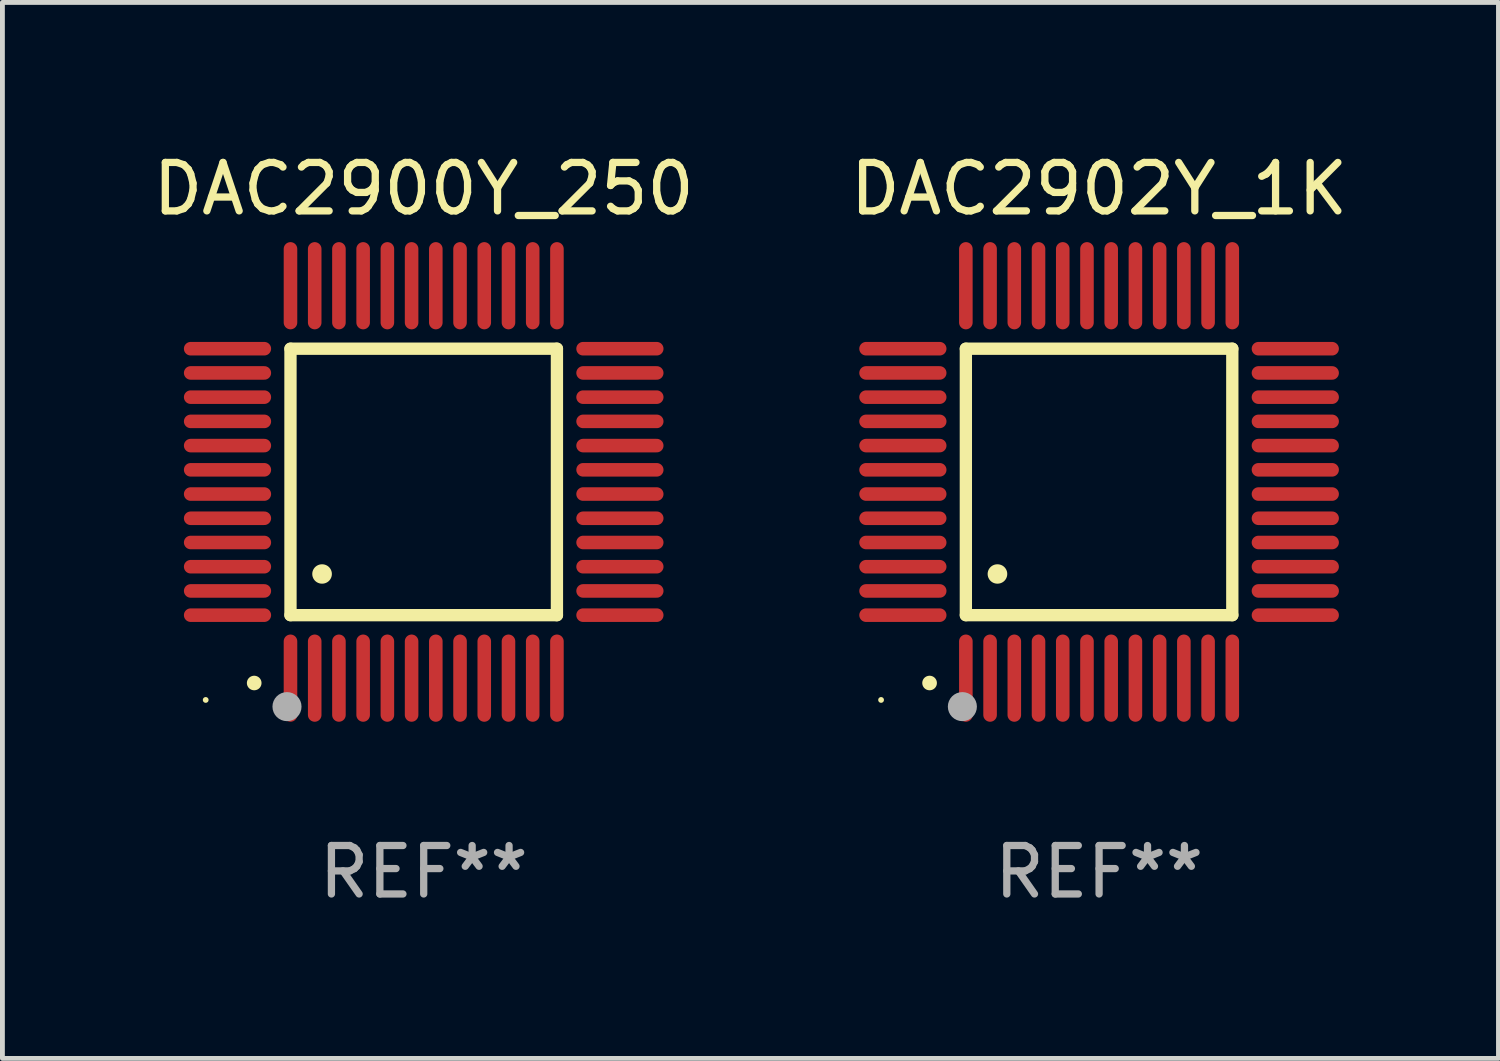
<source format=kicad_pcb>
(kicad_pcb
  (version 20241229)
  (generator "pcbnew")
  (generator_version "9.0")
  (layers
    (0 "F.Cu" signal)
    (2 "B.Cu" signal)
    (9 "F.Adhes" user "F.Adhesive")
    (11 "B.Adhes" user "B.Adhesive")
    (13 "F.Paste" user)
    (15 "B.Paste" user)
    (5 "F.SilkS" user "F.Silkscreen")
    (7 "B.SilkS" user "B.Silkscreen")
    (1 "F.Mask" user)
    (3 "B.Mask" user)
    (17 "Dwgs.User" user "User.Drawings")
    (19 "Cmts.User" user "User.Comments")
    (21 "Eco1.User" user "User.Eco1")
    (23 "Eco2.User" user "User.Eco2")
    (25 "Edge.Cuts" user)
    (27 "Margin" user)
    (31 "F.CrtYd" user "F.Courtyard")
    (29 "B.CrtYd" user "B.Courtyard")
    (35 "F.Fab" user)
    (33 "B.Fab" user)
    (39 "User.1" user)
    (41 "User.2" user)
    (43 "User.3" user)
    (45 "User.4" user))
  (footprint "DAC2902Y_1K"
    (layer "F.Cu")
    (at 19.637 6.898)
    (property "Reference" "DAC2902Y_1K" (at 0 -6.05 0) (layer "F.SilkS") (effects (font (size 1 1) (thickness 0.15))))
    (attr through_hole)
    (fp_line (start -2.75 -2.75) (end 2.75 -2.75) (stroke (width 0.254) (type solid)) (layer "F.SilkS"))
    (fp_line (start -2.75 2.75) (end -2.75 -2.75) (stroke (width 0.254) (type solid)) (layer "F.SilkS"))
    (fp_line (start 2.75 -2.75) (end 2.75 2.75) (stroke (width 0.254) (type solid)) (layer "F.SilkS"))
    (fp_line (start 2.75 2.75) (end -2.75 2.75) (stroke (width 0.254) (type solid)) (layer "F.SilkS"))
    (fp_arc (start -3.500127 4.150368) (mid -3.498857 4.150363) (end -3.497587 4.150368) (stroke (width 0.3) (type solid)) (layer "F.SilkS"))
    (fp_arc (start -2.100584 1.899924) (mid -2.098044 1.899908) (end -2.095504 1.899924) (stroke (width 0.4) (type solid)) (layer "F.SilkS"))
    (fp_circle (center -4.5 4.5) (end -4.47 4.5) (stroke (width 0.06) (type solid)) (fill no) (layer "F.SilkS"))
    (fp_circle (center -2.822 4.638) (end -2.672 4.638) (stroke (width 0.3) (type solid)) (fill no) (layer "F.Fab"))
    (fp_text user "REF**" (at 0 8.05 0) (layer "F.Fab") (effects (font (size 1 1) (thickness 0.15))))
    (pad "1" smd oval (at -2.75 4.05) (size 0.28 1.8) (layers "F.Cu" "F.Mask" "F.Paste"))
    (pad "2" smd oval (at -2.25 4.05) (size 0.28 1.8) (layers "F.Cu" "F.Mask" "F.Paste"))
    (pad "3" smd oval (at -1.75 4.05) (size 0.28 1.8) (layers "F.Cu" "F.Mask" "F.Paste"))
    (pad "4" smd oval (at -1.25 4.05) (size 0.28 1.8) (layers "F.Cu" "F.Mask" "F.Paste"))
    (pad "5" smd oval (at -0.75 4.05) (size 0.28 1.8) (layers "F.Cu" "F.Mask" "F.Paste"))
    (pad "6" smd oval (at -0.25 4.05) (size 0.28 1.8) (layers "F.Cu" "F.Mask" "F.Paste"))
    (pad "7" smd oval (at 0.25 4.05) (size 0.28 1.8) (layers "F.Cu" "F.Mask" "F.Paste"))
    (pad "8" smd oval (at 0.75 4.05) (size 0.28 1.8) (layers "F.Cu" "F.Mask" "F.Paste"))
    (pad "9" smd oval (at 1.25 4.05) (size 0.28 1.8) (layers "F.Cu" "F.Mask" "F.Paste"))
    (pad "10" smd oval (at 1.75 4.05) (size 0.28 1.8) (layers "F.Cu" "F.Mask" "F.Paste"))
    (pad "11" smd oval (at 2.25 4.05) (size 0.28 1.8) (layers "F.Cu" "F.Mask" "F.Paste"))
    (pad "12" smd oval (at 2.75 4.05) (size 0.28 1.8) (layers "F.Cu" "F.Mask" "F.Paste"))
    (pad "13" smd oval (at 4.05 2.75) (size 1.8 0.28) (layers "F.Cu" "F.Mask" "F.Paste"))
    (pad "14" smd oval (at 4.05 2.25) (size 1.8 0.28) (layers "F.Cu" "F.Mask" "F.Paste"))
    (pad "15" smd oval (at 4.05 1.75) (size 1.8 0.28) (layers "F.Cu" "F.Mask" "F.Paste"))
    (pad "16" smd oval (at 4.05 1.25) (size 1.8 0.28) (layers "F.Cu" "F.Mask" "F.Paste"))
    (pad "17" smd oval (at 4.05 0.75) (size 1.8 0.28) (layers "F.Cu" "F.Mask" "F.Paste"))
    (pad "18" smd oval (at 4.05 0.25) (size 1.8 0.28) (layers "F.Cu" "F.Mask" "F.Paste"))
    (pad "19" smd oval (at 4.05 -0.25) (size 1.8 0.28) (layers "F.Cu" "F.Mask" "F.Paste"))
    (pad "20" smd oval (at 4.05 -0.75) (size 1.8 0.28) (layers "F.Cu" "F.Mask" "F.Paste"))
    (pad "21" smd oval (at 4.05 -1.25) (size 1.8 0.28) (layers "F.Cu" "F.Mask" "F.Paste"))
    (pad "22" smd oval (at 4.05 -1.75) (size 1.8 0.28) (layers "F.Cu" "F.Mask" "F.Paste"))
    (pad "23" smd oval (at 4.05 -2.25) (size 1.8 0.28) (layers "F.Cu" "F.Mask" "F.Paste"))
    (pad "24" smd oval (at 4.05 -2.75) (size 1.8 0.28) (layers "F.Cu" "F.Mask" "F.Paste"))
    (pad "25" smd oval (at 2.75 -4.05) (size 0.28 1.8) (layers "F.Cu" "F.Mask" "F.Paste"))
    (pad "26" smd oval (at 2.25 -4.05) (size 0.28 1.8) (layers "F.Cu" "F.Mask" "F.Paste"))
    (pad "27" smd oval (at 1.75 -4.05) (size 0.28 1.8) (layers "F.Cu" "F.Mask" "F.Paste"))
    (pad "28" smd oval (at 1.25 -4.05) (size 0.28 1.8) (layers "F.Cu" "F.Mask" "F.Paste"))
    (pad "29" smd oval (at 0.75 -4.05) (size 0.28 1.8) (layers "F.Cu" "F.Mask" "F.Paste"))
    (pad "30" smd oval (at 0.25 -4.05) (size 0.28 1.8) (layers "F.Cu" "F.Mask" "F.Paste"))
    (pad "31" smd oval (at -0.25 -4.05) (size 0.28 1.8) (layers "F.Cu" "F.Mask" "F.Paste"))
    (pad "32" smd oval (at -0.75 -4.05) (size 0.28 1.8) (layers "F.Cu" "F.Mask" "F.Paste"))
    (pad "33" smd oval (at -1.25 -4.05) (size 0.28 1.8) (layers "F.Cu" "F.Mask" "F.Paste"))
    (pad "34" smd oval (at -1.75 -4.05) (size 0.28 1.8) (layers "F.Cu" "F.Mask" "F.Paste"))
    (pad "35" smd oval (at -2.25 -4.05) (size 0.28 1.8) (layers "F.Cu" "F.Mask" "F.Paste"))
    (pad "36" smd oval (at -2.75 -4.05) (size 0.28 1.8) (layers "F.Cu" "F.Mask" "F.Paste"))
    (pad "37" smd oval (at -4.05 -2.75) (size 1.8 0.28) (layers "F.Cu" "F.Mask" "F.Paste"))
    (pad "38" smd oval (at -4.05 -2.25) (size 1.8 0.28) (layers "F.Cu" "F.Mask" "F.Paste"))
    (pad "39" smd oval (at -4.05 -1.75) (size 1.8 0.28) (layers "F.Cu" "F.Mask" "F.Paste"))
    (pad "40" smd oval (at -4.05 -1.25) (size 1.8 0.28) (layers "F.Cu" "F.Mask" "F.Paste"))
    (pad "41" smd oval (at -4.05 -0.75) (size 1.8 0.28) (layers "F.Cu" "F.Mask" "F.Paste"))
    (pad "42" smd oval (at -4.05 -0.25) (size 1.8 0.28) (layers "F.Cu" "F.Mask" "F.Paste"))
    (pad "43" smd oval (at -4.05 0.25) (size 1.8 0.28) (layers "F.Cu" "F.Mask" "F.Paste"))
    (pad "44" smd oval (at -4.05 0.75) (size 1.8 0.28) (layers "F.Cu" "F.Mask" "F.Paste"))
    (pad "45" smd oval (at -4.05 1.25) (size 1.8 0.28) (layers "F.Cu" "F.Mask" "F.Paste"))
    (pad "46" smd oval (at -4.05 1.75) (size 1.8 0.28) (layers "F.Cu" "F.Mask" "F.Paste"))
    (pad "47" smd oval (at -4.05 2.25) (size 1.8 0.28) (layers "F.Cu" "F.Mask" "F.Paste"))
    (pad "48" smd oval (at -4.05 2.75) (size 1.8 0.28) (layers "F.Cu" "F.Mask" "F.Paste")))
  (footprint "DAC2900Y_250"
    (layer "F.Cu")
    (at 5.696 6.898)
    (property "Reference" "DAC2900Y_250" (at 0 -6.05 0) (layer "F.SilkS") (effects (font (size 1 1) (thickness 0.15))))
    (attr through_hole)
    (fp_line (start -2.75 -2.75) (end 2.75 -2.75) (stroke (width 0.254) (type solid)) (layer "F.SilkS"))
    (fp_line (start -2.75 2.75) (end -2.75 -2.75) (stroke (width 0.254) (type solid)) (layer "F.SilkS"))
    (fp_line (start 2.75 -2.75) (end 2.75 2.75) (stroke (width 0.254) (type solid)) (layer "F.SilkS"))
    (fp_line (start 2.75 2.75) (end -2.75 2.75) (stroke (width 0.254) (type solid)) (layer "F.SilkS"))
    (fp_arc (start -3.500127 4.150368) (mid -3.498857 4.150363) (end -3.497587 4.150368) (stroke (width 0.3) (type solid)) (layer "F.SilkS"))
    (fp_arc (start -2.100584 1.899924) (mid -2.098044 1.899908) (end -2.095504 1.899924) (stroke (width 0.4) (type solid)) (layer "F.SilkS"))
    (fp_circle (center -4.5 4.5) (end -4.47 4.5) (stroke (width 0.06) (type solid)) (fill no) (layer "F.SilkS"))
    (fp_circle (center -2.822 4.638) (end -2.672 4.638) (stroke (width 0.3) (type solid)) (fill no) (layer "F.Fab"))
    (fp_text user "REF**" (at 0 8.05 0) (layer "F.Fab") (effects (font (size 1 1) (thickness 0.15))))
    (pad "1" smd oval (at -2.75 4.05) (size 0.28 1.8) (layers "F.Cu" "F.Mask" "F.Paste"))
    (pad "2" smd oval (at -2.25 4.05) (size 0.28 1.8) (layers "F.Cu" "F.Mask" "F.Paste"))
    (pad "3" smd oval (at -1.75 4.05) (size 0.28 1.8) (layers "F.Cu" "F.Mask" "F.Paste"))
    (pad "4" smd oval (at -1.25 4.05) (size 0.28 1.8) (layers "F.Cu" "F.Mask" "F.Paste"))
    (pad "5" smd oval (at -0.75 4.05) (size 0.28 1.8) (layers "F.Cu" "F.Mask" "F.Paste"))
    (pad "6" smd oval (at -0.25 4.05) (size 0.28 1.8) (layers "F.Cu" "F.Mask" "F.Paste"))
    (pad "7" smd oval (at 0.25 4.05) (size 0.28 1.8) (layers "F.Cu" "F.Mask" "F.Paste"))
    (pad "8" smd oval (at 0.75 4.05) (size 0.28 1.8) (layers "F.Cu" "F.Mask" "F.Paste"))
    (pad "9" smd oval (at 1.25 4.05) (size 0.28 1.8) (layers "F.Cu" "F.Mask" "F.Paste"))
    (pad "10" smd oval (at 1.75 4.05) (size 0.28 1.8) (layers "F.Cu" "F.Mask" "F.Paste"))
    (pad "11" smd oval (at 2.25 4.05) (size 0.28 1.8) (layers "F.Cu" "F.Mask" "F.Paste"))
    (pad "12" smd oval (at 2.75 4.05) (size 0.28 1.8) (layers "F.Cu" "F.Mask" "F.Paste"))
    (pad "13" smd oval (at 4.05 2.75) (size 1.8 0.28) (layers "F.Cu" "F.Mask" "F.Paste"))
    (pad "14" smd oval (at 4.05 2.25) (size 1.8 0.28) (layers "F.Cu" "F.Mask" "F.Paste"))
    (pad "15" smd oval (at 4.05 1.75) (size 1.8 0.28) (layers "F.Cu" "F.Mask" "F.Paste"))
    (pad "16" smd oval (at 4.05 1.25) (size 1.8 0.28) (layers "F.Cu" "F.Mask" "F.Paste"))
    (pad "17" smd oval (at 4.05 0.75) (size 1.8 0.28) (layers "F.Cu" "F.Mask" "F.Paste"))
    (pad "18" smd oval (at 4.05 0.25) (size 1.8 0.28) (layers "F.Cu" "F.Mask" "F.Paste"))
    (pad "19" smd oval (at 4.05 -0.25) (size 1.8 0.28) (layers "F.Cu" "F.Mask" "F.Paste"))
    (pad "20" smd oval (at 4.05 -0.75) (size 1.8 0.28) (layers "F.Cu" "F.Mask" "F.Paste"))
    (pad "21" smd oval (at 4.05 -1.25) (size 1.8 0.28) (layers "F.Cu" "F.Mask" "F.Paste"))
    (pad "22" smd oval (at 4.05 -1.75) (size 1.8 0.28) (layers "F.Cu" "F.Mask" "F.Paste"))
    (pad "23" smd oval (at 4.05 -2.25) (size 1.8 0.28) (layers "F.Cu" "F.Mask" "F.Paste"))
    (pad "24" smd oval (at 4.05 -2.75) (size 1.8 0.28) (layers "F.Cu" "F.Mask" "F.Paste"))
    (pad "25" smd oval (at 2.75 -4.05) (size 0.28 1.8) (layers "F.Cu" "F.Mask" "F.Paste"))
    (pad "26" smd oval (at 2.25 -4.05) (size 0.28 1.8) (layers "F.Cu" "F.Mask" "F.Paste"))
    (pad "27" smd oval (at 1.75 -4.05) (size 0.28 1.8) (layers "F.Cu" "F.Mask" "F.Paste"))
    (pad "28" smd oval (at 1.25 -4.05) (size 0.28 1.8) (layers "F.Cu" "F.Mask" "F.Paste"))
    (pad "29" smd oval (at 0.75 -4.05) (size 0.28 1.8) (layers "F.Cu" "F.Mask" "F.Paste"))
    (pad "30" smd oval (at 0.25 -4.05) (size 0.28 1.8) (layers "F.Cu" "F.Mask" "F.Paste"))
    (pad "31" smd oval (at -0.25 -4.05) (size 0.28 1.8) (layers "F.Cu" "F.Mask" "F.Paste"))
    (pad "32" smd oval (at -0.75 -4.05) (size 0.28 1.8) (layers "F.Cu" "F.Mask" "F.Paste"))
    (pad "33" smd oval (at -1.25 -4.05) (size 0.28 1.8) (layers "F.Cu" "F.Mask" "F.Paste"))
    (pad "34" smd oval (at -1.75 -4.05) (size 0.28 1.8) (layers "F.Cu" "F.Mask" "F.Paste"))
    (pad "35" smd oval (at -2.25 -4.05) (size 0.28 1.8) (layers "F.Cu" "F.Mask" "F.Paste"))
    (pad "36" smd oval (at -2.75 -4.05) (size 0.28 1.8) (layers "F.Cu" "F.Mask" "F.Paste"))
    (pad "37" smd oval (at -4.05 -2.75) (size 1.8 0.28) (layers "F.Cu" "F.Mask" "F.Paste"))
    (pad "38" smd oval (at -4.05 -2.25) (size 1.8 0.28) (layers "F.Cu" "F.Mask" "F.Paste"))
    (pad "39" smd oval (at -4.05 -1.75) (size 1.8 0.28) (layers "F.Cu" "F.Mask" "F.Paste"))
    (pad "40" smd oval (at -4.05 -1.25) (size 1.8 0.28) (layers "F.Cu" "F.Mask" "F.Paste"))
    (pad "41" smd oval (at -4.05 -0.75) (size 1.8 0.28) (layers "F.Cu" "F.Mask" "F.Paste"))
    (pad "42" smd oval (at -4.05 -0.25) (size 1.8 0.28) (layers "F.Cu" "F.Mask" "F.Paste"))
    (pad "43" smd oval (at -4.05 0.25) (size 1.8 0.28) (layers "F.Cu" "F.Mask" "F.Paste"))
    (pad "44" smd oval (at -4.05 0.75) (size 1.8 0.28) (layers "F.Cu" "F.Mask" "F.Paste"))
    (pad "45" smd oval (at -4.05 1.25) (size 1.8 0.28) (layers "F.Cu" "F.Mask" "F.Paste"))
    (pad "46" smd oval (at -4.05 1.75) (size 1.8 0.28) (layers "F.Cu" "F.Mask" "F.Paste"))
    (pad "47" smd oval (at -4.05 2.25) (size 1.8 0.28) (layers "F.Cu" "F.Mask" "F.Paste"))
    (pad "48" smd oval (at -4.05 2.75) (size 1.8 0.28) (layers "F.Cu" "F.Mask" "F.Paste")))
  (gr_rect
    (start -3 -3)
    (end 27.881 18.797)
    (stroke (width 0.1) (type default))
    (fill no)
    (layer "Edge.Cuts")))
</source>
